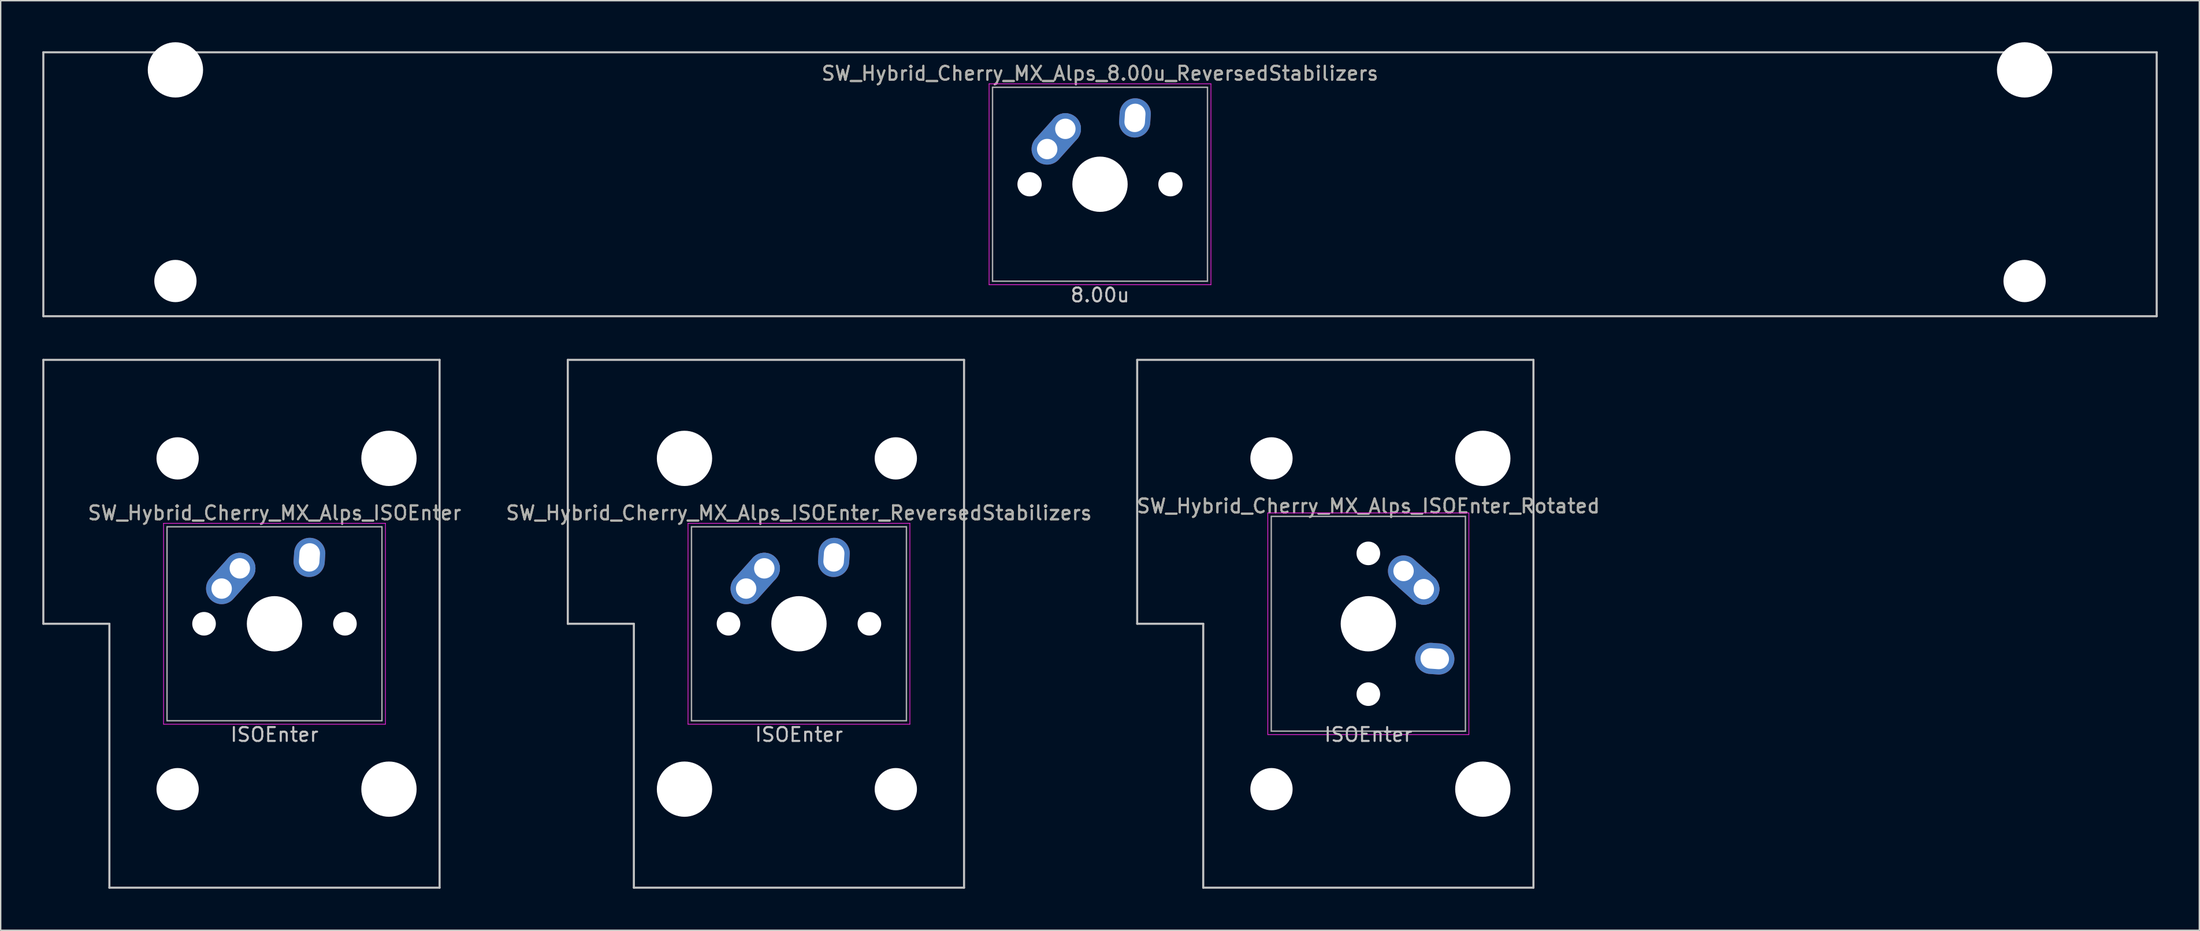
<source format=kicad_pcb>
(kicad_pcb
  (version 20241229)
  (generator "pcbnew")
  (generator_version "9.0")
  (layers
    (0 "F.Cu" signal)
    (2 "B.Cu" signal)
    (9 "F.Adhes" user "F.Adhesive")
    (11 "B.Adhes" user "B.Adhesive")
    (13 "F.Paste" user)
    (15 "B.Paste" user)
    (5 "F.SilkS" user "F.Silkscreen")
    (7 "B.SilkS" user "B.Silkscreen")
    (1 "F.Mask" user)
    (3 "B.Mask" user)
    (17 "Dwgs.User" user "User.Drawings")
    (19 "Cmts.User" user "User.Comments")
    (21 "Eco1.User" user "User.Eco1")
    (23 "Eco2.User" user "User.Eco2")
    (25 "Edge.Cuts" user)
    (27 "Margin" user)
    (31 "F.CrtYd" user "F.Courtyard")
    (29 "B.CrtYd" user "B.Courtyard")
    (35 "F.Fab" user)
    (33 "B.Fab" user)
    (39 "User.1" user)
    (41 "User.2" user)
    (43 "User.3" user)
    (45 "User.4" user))
  (footprint "SW_Hybrid_Cherry_MX_Alps_8.00u_ReversedStabilizers"
    (layer "F.Cu")
    (at 76.275 10.249)
    (property "Reference" "SW_Hybrid_Cherry_MX_Alps_8.00u_ReversedStabilizers" (at 0 -8 0) (layer "F.SilkS") (effects (font (size 1 1) (thickness 0.15))))
    (attr through_hole)
    (fp_line (start -76.2 -9.525) (end 76.2 -9.525) (stroke (width 0.15) (type solid)) (layer "Dwgs.User"))
    (fp_line (start -76.2 9.525) (end -76.2 -9.525) (stroke (width 0.15) (type solid)) (layer "Dwgs.User"))
    (fp_line (start -76.2 9.525) (end 76.2 9.525) (stroke (width 0.15) (type solid)) (layer "Dwgs.User"))
    (fp_line (start 76.2 -9.525) (end 76.2 9.525) (stroke (width 0.15) (type solid)) (layer "Dwgs.User"))
    (fp_line (start -8 -7.25) (end 8 -7.25) (stroke (width 0.05) (type solid)) (layer "F.CrtYd"))
    (fp_line (start -8 7.25) (end -8 -7.25) (stroke (width 0.05) (type solid)) (layer "F.CrtYd"))
    (fp_line (start 8 -7.25) (end 8 7.25) (stroke (width 0.05) (type solid)) (layer "F.CrtYd"))
    (fp_line (start 8 7.25) (end -8 7.25) (stroke (width 0.05) (type solid)) (layer "F.CrtYd"))
    (fp_line (start -7.75 -7) (end 7.75 -7) (stroke (width 0.1) (type solid)) (layer "F.Fab"))
    (fp_line (start -7.75 7) (end -7.75 -7) (stroke (width 0.1) (type solid)) (layer "F.Fab"))
    (fp_line (start 7.75 -7) (end 7.75 7) (stroke (width 0.1) (type solid)) (layer "F.Fab"))
    (fp_line (start 7.75 7) (end -7.75 7) (stroke (width 0.1) (type solid)) (layer "F.Fab"))
    (fp_text user "8.00u" (at 0 8 0) (layer "Dwgs.User") (effects (font (size 1 1) (thickness 0.15))))
    (fp_text user "${REFERENCE}" (at 0 -8 0) (layer "F.Fab") (effects (font (size 1 1) (thickness 0.15))))
    (pad "" np_thru_hole circle (at -66.675 -8.255) (size 3.988 3.988) (drill 3.988) (layers "*.Cu" "*.Mask"))
    (pad "" np_thru_hole circle (at -66.675 6.985) (size 3.048 3.048) (drill 3.048) (layers "*.Cu" "*.Mask"))
    (pad "" np_thru_hole circle (at -5.08 0 48.1) (size 1.75 1.75) (drill 1.75) (layers "*.Cu" "*.Mask"))
    (pad "" np_thru_hole circle (at 0 0) (size 3.988 3.988) (drill 3.988) (layers "*.Cu" "*.Mask"))
    (pad "" np_thru_hole circle (at 5.08 0 48.1) (size 1.75 1.75) (drill 1.75) (layers "*.Cu" "*.Mask"))
    (pad "" np_thru_hole circle (at 66.675 -8.255) (size 3.988 3.988) (drill 3.988) (layers "*.Cu" "*.Mask"))
    (pad "" np_thru_hole circle (at 66.675 6.985) (size 3.048 3.048) (drill 3.048) (layers "*.Cu" "*.Mask"))
    (pad "1" thru_hole oval (at -3.81 -2.54 48.1) (size 4.212 2.25) (drill 1.47 (offset 0.981 0)) (layers "*.Cu" "B.Mask"))
    (pad "1" thru_hole circle (at -2.5 -4) (size 2.25 2.25) (drill 1.47) (layers "*.Cu" "B.Mask"))
    (pad "2" thru_hole oval (at 2.52 -4.79 86) (size 2.831 2.25) (drill oval 2.051 1.48) (layers "*.Cu" "B.Mask")))
  (footprint "SW_Hybrid_Cherry_MX_Alps_ISOEnter_ReversedStabilizers"
    (layer "F.Cu")
    (at 54.565 41.974)
    (property "Reference" "SW_Hybrid_Cherry_MX_Alps_ISOEnter_ReversedStabilizers" (at 0 -8 0) (layer "F.SilkS") (effects (font (size 1 1) (thickness 0.15))))
    (attr through_hole)
    (fp_line (start -16.669 -19.05) (end -16.669 0) (stroke (width 0.15) (type solid)) (layer "Dwgs.User"))
    (fp_line (start -16.669 -19.05) (end 11.906 -19.05) (stroke (width 0.15) (type solid)) (layer "Dwgs.User"))
    (fp_line (start -11.906 0) (end -16.669 0) (stroke (width 0.15) (type solid)) (layer "Dwgs.User"))
    (fp_line (start -11.906 19.05) (end -11.906 0) (stroke (width 0.15) (type solid)) (layer "Dwgs.User"))
    (fp_line (start -11.906 19.05) (end 11.906 19.05) (stroke (width 0.15) (type solid)) (layer "Dwgs.User"))
    (fp_line (start 11.906 -19.05) (end 11.906 19.05) (stroke (width 0.15) (type solid)) (layer "Dwgs.User"))
    (fp_line (start -8 -7.25) (end 8 -7.25) (stroke (width 0.05) (type solid)) (layer "F.CrtYd"))
    (fp_line (start -8 7.25) (end -8 -7.25) (stroke (width 0.05) (type solid)) (layer "F.CrtYd"))
    (fp_line (start 8 -7.25) (end 8 7.25) (stroke (width 0.05) (type solid)) (layer "F.CrtYd"))
    (fp_line (start 8 7.25) (end -8 7.25) (stroke (width 0.05) (type solid)) (layer "F.CrtYd"))
    (fp_line (start -7.75 -7) (end 7.75 -7) (stroke (width 0.1) (type solid)) (layer "F.Fab"))
    (fp_line (start -7.75 7) (end -7.75 -7) (stroke (width 0.1) (type solid)) (layer "F.Fab"))
    (fp_line (start 7.75 -7) (end 7.75 7) (stroke (width 0.1) (type solid)) (layer "F.Fab"))
    (fp_line (start 7.75 7) (end -7.75 7) (stroke (width 0.1) (type solid)) (layer "F.Fab"))
    (fp_text user "ISOEnter" (at 0 8 0) (layer "Dwgs.User") (effects (font (size 1 1) (thickness 0.15))))
    (fp_text user "${REFERENCE}" (at 0 -8 0) (layer "F.Fab") (effects (font (size 1 1) (thickness 0.15))))
    (pad "" np_thru_hole circle (at -8.255 -11.938) (size 3.988 3.988) (drill 3.988) (layers "*.Cu" "*.Mask"))
    (pad "" np_thru_hole circle (at -8.255 11.938) (size 3.988 3.988) (drill 3.988) (layers "*.Cu" "*.Mask"))
    (pad "" np_thru_hole circle (at -5.08 0 138.1) (size 1.702 1.702) (drill 1.702) (layers "*.Cu" "*.Mask"))
    (pad "" np_thru_hole circle (at 0 0) (size 3.988 3.988) (drill 3.988) (layers "*.Cu" "*.Mask"))
    (pad "" np_thru_hole circle (at 5.08 0 138.1) (size 1.702 1.702) (drill 1.702) (layers "*.Cu" "*.Mask"))
    (pad "" np_thru_hole circle (at 6.985 -11.938) (size 3.048 3.048) (drill 3.048) (layers "*.Cu" "*.Mask"))
    (pad "" np_thru_hole circle (at 6.985 11.938) (size 3.048 3.048) (drill 3.048) (layers "*.Cu" "*.Mask"))
    (pad "1" thru_hole oval (at -3.81 -2.54 48.1) (size 4.212 2.25) (drill 1.47 (offset 0.981 0)) (layers "*.Cu" "B.Mask"))
    (pad "1" thru_hole circle (at -2.5 -4) (size 2.25 2.25) (drill 1.47) (layers "*.Cu" "B.Mask"))
    (pad "2" thru_hole oval (at 2.52 -4.79 86) (size 2.831 2.25) (drill oval 2.051 1.48) (layers "*.Cu" "B.Mask")))
  (footprint "SW_Hybrid_Cherry_MX_Alps_ISOEnter_Rotated"
    (layer "F.Cu")
    (at 95.625 41.974)
    (property "Reference" "SW_Hybrid_Cherry_MX_Alps_ISOEnter_Rotated" (at 0 -8.5 0) (layer "F.SilkS") (effects (font (size 1 1) (thickness 0.15))))
    (attr through_hole)
    (fp_line (start -16.669 -19.05) (end -16.669 0) (stroke (width 0.15) (type solid)) (layer "Dwgs.User"))
    (fp_line (start -16.669 -19.05) (end 11.906 -19.05) (stroke (width 0.15) (type solid)) (layer "Dwgs.User"))
    (fp_line (start -11.906 0) (end -16.669 0) (stroke (width 0.15) (type solid)) (layer "Dwgs.User"))
    (fp_line (start -11.906 19.05) (end -11.906 0) (stroke (width 0.15) (type solid)) (layer "Dwgs.User"))
    (fp_line (start -11.906 19.05) (end 11.906 19.05) (stroke (width 0.15) (type solid)) (layer "Dwgs.User"))
    (fp_line (start 11.906 -19.05) (end 11.906 19.05) (stroke (width 0.15) (type solid)) (layer "Dwgs.User"))
    (fp_line (start -7.25 -8) (end 7.25 -8) (stroke (width 0.05) (type solid)) (layer "F.CrtYd"))
    (fp_line (start -7.25 8) (end -7.25 -8) (stroke (width 0.05) (type solid)) (layer "F.CrtYd"))
    (fp_line (start 7.25 -8) (end 7.25 8) (stroke (width 0.05) (type solid)) (layer "F.CrtYd"))
    (fp_line (start 7.25 8) (end -7.25 8) (stroke (width 0.05) (type solid)) (layer "F.CrtYd"))
    (fp_line (start -7 -7.75) (end 7 -7.75) (stroke (width 0.1) (type solid)) (layer "F.Fab"))
    (fp_line (start -7 7.75) (end -7 -7.75) (stroke (width 0.1) (type solid)) (layer "F.Fab"))
    (fp_line (start 7 -7.75) (end 7 7.75) (stroke (width 0.1) (type solid)) (layer "F.Fab"))
    (fp_line (start 7 7.75) (end -7 7.75) (stroke (width 0.1) (type solid)) (layer "F.Fab"))
    (fp_text user "ISOEnter" (at 0 8 0) (layer "Dwgs.User") (effects (font (size 1 1) (thickness 0.15))))
    (fp_text user "${REFERENCE}" (at 0 -8.5 0) (layer "F.Fab") (effects (font (size 1 1) (thickness 0.15))))
    (pad "" np_thru_hole circle (at -6.985 -11.938) (size 3.048 3.048) (drill 3.048) (layers "*.Cu" "*.Mask"))
    (pad "" np_thru_hole circle (at -6.985 11.938) (size 3.048 3.048) (drill 3.048) (layers "*.Cu" "*.Mask"))
    (pad "" np_thru_hole circle (at 0 -5.08 48.1) (size 1.702 1.702) (drill 1.702) (layers "*.Cu" "*.Mask"))
    (pad "" np_thru_hole circle (at 0 0 270) (size 3.988 3.988) (drill 3.988) (layers "*.Cu" "*.Mask"))
    (pad "" np_thru_hole circle (at 0 5.08 48.1) (size 1.702 1.702) (drill 1.702) (layers "*.Cu" "*.Mask"))
    (pad "" np_thru_hole circle (at 8.255 -11.938) (size 3.988 3.988) (drill 3.988) (layers "*.Cu" "*.Mask"))
    (pad "" np_thru_hole circle (at 8.255 11.938) (size 3.988 3.988) (drill 3.988) (layers "*.Cu" "*.Mask"))
    (pad "1" thru_hole oval (at 2.54 -3.81 318.1) (size 4.212 2.25) (drill 1.47 (offset 0.981 0)) (layers "*.Cu" "B.Mask"))
    (pad "1" thru_hole circle (at 4 -2.5 270) (size 2.25 2.25) (drill 1.47) (layers "*.Cu" "B.Mask"))
    (pad "2" thru_hole oval (at 4.79 2.52 356) (size 2.831 2.25) (drill oval 2.051 1.48) (layers "*.Cu" "B.Mask")))
  (footprint "SW_Hybrid_Cherry_MX_Alps_ISOEnter"
    (layer "F.Cu")
    (at 16.744 41.974)
    (property "Reference" "SW_Hybrid_Cherry_MX_Alps_ISOEnter" (at 0 -8 0) (layer "F.SilkS") (effects (font (size 1 1) (thickness 0.15))))
    (attr through_hole)
    (fp_line (start -16.669 -19.05) (end -16.669 0) (stroke (width 0.15) (type solid)) (layer "Dwgs.User"))
    (fp_line (start -16.669 -19.05) (end 11.906 -19.05) (stroke (width 0.15) (type solid)) (layer "Dwgs.User"))
    (fp_line (start -11.906 0) (end -16.669 0) (stroke (width 0.15) (type solid)) (layer "Dwgs.User"))
    (fp_line (start -11.906 19.05) (end -11.906 0) (stroke (width 0.15) (type solid)) (layer "Dwgs.User"))
    (fp_line (start -11.906 19.05) (end 11.906 19.05) (stroke (width 0.15) (type solid)) (layer "Dwgs.User"))
    (fp_line (start 11.906 -19.05) (end 11.906 19.05) (stroke (width 0.15) (type solid)) (layer "Dwgs.User"))
    (fp_line (start -8 -7.25) (end 8 -7.25) (stroke (width 0.05) (type solid)) (layer "F.CrtYd"))
    (fp_line (start -8 7.25) (end -8 -7.25) (stroke (width 0.05) (type solid)) (layer "F.CrtYd"))
    (fp_line (start 8 -7.25) (end 8 7.25) (stroke (width 0.05) (type solid)) (layer "F.CrtYd"))
    (fp_line (start 8 7.25) (end -8 7.25) (stroke (width 0.05) (type solid)) (layer "F.CrtYd"))
    (fp_line (start -7.75 -7) (end 7.75 -7) (stroke (width 0.1) (type solid)) (layer "F.Fab"))
    (fp_line (start -7.75 7) (end -7.75 -7) (stroke (width 0.1) (type solid)) (layer "F.Fab"))
    (fp_line (start 7.75 -7) (end 7.75 7) (stroke (width 0.1) (type solid)) (layer "F.Fab"))
    (fp_line (start 7.75 7) (end -7.75 7) (stroke (width 0.1) (type solid)) (layer "F.Fab"))
    (fp_text user "ISOEnter" (at 0 8 0) (layer "Dwgs.User") (effects (font (size 1 1) (thickness 0.15))))
    (fp_text user "${REFERENCE}" (at 0 -8 0) (layer "F.Fab") (effects (font (size 1 1) (thickness 0.15))))
    (pad "" np_thru_hole circle (at -6.985 -11.938) (size 3.048 3.048) (drill 3.048) (layers "*.Cu" "*.Mask"))
    (pad "" np_thru_hole circle (at -6.985 11.938) (size 3.048 3.048) (drill 3.048) (layers "*.Cu" "*.Mask"))
    (pad "" np_thru_hole circle (at -5.08 0 138.1) (size 1.702 1.702) (drill 1.702) (layers "*.Cu" "*.Mask"))
    (pad "" np_thru_hole circle (at 0 0) (size 3.988 3.988) (drill 3.988) (layers "*.Cu" "*.Mask"))
    (pad "" np_thru_hole circle (at 5.08 0 138.1) (size 1.702 1.702) (drill 1.702) (layers "*.Cu" "*.Mask"))
    (pad "" np_thru_hole circle (at 8.255 -11.938) (size 3.988 3.988) (drill 3.988) (layers "*.Cu" "*.Mask"))
    (pad "" np_thru_hole circle (at 8.255 11.938) (size 3.988 3.988) (drill 3.988) (layers "*.Cu" "*.Mask"))
    (pad "1" thru_hole oval (at -3.81 -2.54 48.1) (size 4.212 2.25) (drill 1.47 (offset 0.981 0)) (layers "*.Cu" "B.Mask"))
    (pad "1" thru_hole circle (at -2.5 -4) (size 2.25 2.25) (drill 1.47) (layers "*.Cu" "B.Mask"))
    (pad "2" thru_hole oval (at 2.52 -4.79 86) (size 2.831 2.25) (drill oval 2.051 1.48) (layers "*.Cu" "B.Mask")))
  (gr_rect
    (start -3 -3)
    (end 155.55 64.099)
    (stroke (width 0.1) (type default))
    (fill no)
    (layer "Edge.Cuts")))
</source>
